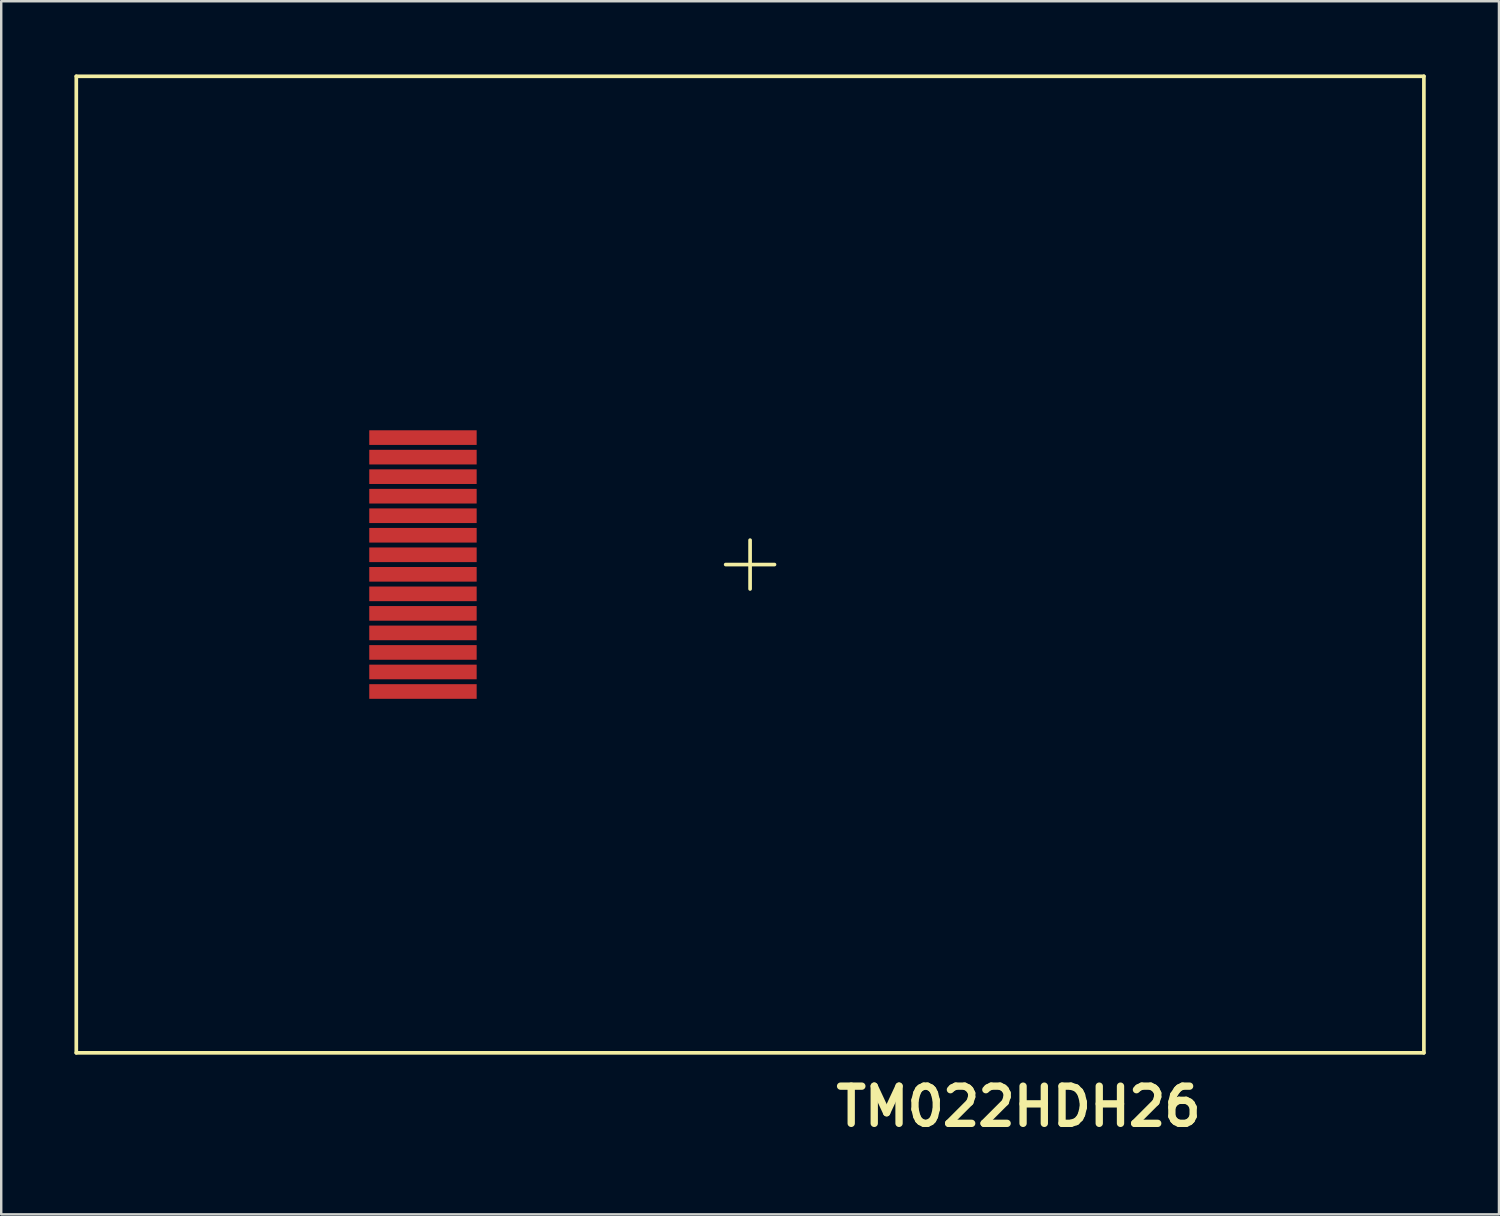
<source format=kicad_pcb>
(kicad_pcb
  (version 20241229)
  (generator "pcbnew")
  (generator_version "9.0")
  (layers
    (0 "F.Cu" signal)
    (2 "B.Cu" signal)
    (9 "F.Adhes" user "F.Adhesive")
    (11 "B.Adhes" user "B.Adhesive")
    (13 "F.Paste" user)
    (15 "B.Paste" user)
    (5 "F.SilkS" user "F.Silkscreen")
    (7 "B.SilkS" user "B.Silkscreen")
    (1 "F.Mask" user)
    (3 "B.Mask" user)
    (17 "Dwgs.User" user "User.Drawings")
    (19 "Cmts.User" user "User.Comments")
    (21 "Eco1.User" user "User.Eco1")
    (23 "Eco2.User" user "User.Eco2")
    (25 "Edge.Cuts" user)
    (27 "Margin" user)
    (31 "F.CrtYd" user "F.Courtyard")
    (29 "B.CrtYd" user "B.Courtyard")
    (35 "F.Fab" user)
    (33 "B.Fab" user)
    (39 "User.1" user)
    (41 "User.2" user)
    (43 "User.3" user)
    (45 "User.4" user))
  (footprint "TM022HDH26"
    (layer "F.Cu")
    (at 27.675 20.075)
    (property "Reference" "TM022HDH26" (at 11 22.2 0) (layer "F.SilkS") (effects (font (size 1.524 1.524) (thickness 0.3))))
    (attr through_hole)
    (fp_line (start -27.6 -20) (end 27.6 -20) (stroke (width 0.15) (type solid)) (layer "F.SilkS"))
    (fp_line (start -27.6 20) (end -27.6 -20) (stroke (width 0.15) (type solid)) (layer "F.SilkS"))
    (fp_line (start -1 0) (end 1 0) (stroke (width 0.15) (type solid)) (layer "F.SilkS"))
    (fp_line (start 0 -1) (end 0 1) (stroke (width 0.15) (type solid)) (layer "F.SilkS"))
    (fp_line (start 27.6 -20) (end 27.6 20) (stroke (width 0.15) (type solid)) (layer "F.SilkS"))
    (fp_line (start 27.6 20) (end -27.6 20) (stroke (width 0.15) (type solid)) (layer "F.SilkS"))
    (fp_poly (pts (xy -24.362 -18.482) (xy -24.357 -18.463) (xy -24.387 -18.428) (xy -24.427 -18.427) (xy -24.436 -18.433) (xy -24.453 -18.47) (xy -24.424 -18.491) (xy -24.4 -18.494) (xy -24.362 -18.482)) (stroke (width 0.01) (type solid)) (fill no) (layer "Eco1.User"))
    (fp_poly (pts (xy -24.369 18.425) (xy -24.359 18.457) (xy -24.362 18.465) (xy -24.4 18.492) (xy -24.438 18.472) (xy -24.442 18.466) (xy -24.444 18.426) (xy -24.437 18.416) (xy -24.402 18.407) (xy -24.369 18.425)) (stroke (width 0.01) (type solid)) (fill no) (layer "Eco1.User"))
    (fp_poly (pts (xy 22.006 18.425) (xy 22.016 18.457) (xy 22.013 18.465) (xy 21.975 18.492) (xy 21.937 18.472) (xy 21.933 18.466) (xy 21.931 18.426) (xy 21.938 18.416) (xy 21.973 18.407) (xy 22.006 18.425)) (stroke (width 0.01) (type solid)) (fill no) (layer "Eco1.User"))
    (pad "1" smd rect (at -13.4 -5.2) (size 4.4 0.6) (layers "F.Cu" "F.Mask" "F.Paste"))
    (pad "2" smd rect (at -13.4 -4.4) (size 4.4 0.6) (layers "F.Cu" "F.Mask" "F.Paste"))
    (pad "3" smd rect (at -13.4 -3.6) (size 4.4 0.6) (layers "F.Cu" "F.Mask" "F.Paste"))
    (pad "4" smd rect (at -13.4 -2.8) (size 4.4 0.6) (layers "F.Cu" "F.Mask" "F.Paste"))
    (pad "5" smd rect (at -13.4 -2) (size 4.4 0.6) (layers "F.Cu" "F.Mask" "F.Paste"))
    (pad "6" smd rect (at -13.4 -1.2) (size 4.4 0.6) (layers "F.Cu" "F.Mask" "F.Paste"))
    (pad "7" smd rect (at -13.4 -0.4) (size 4.4 0.6) (layers "F.Cu" "F.Mask" "F.Paste"))
    (pad "8" smd rect (at -13.4 0.4) (size 4.4 0.6) (layers "F.Cu" "F.Mask" "F.Paste"))
    (pad "9" smd rect (at -13.4 1.2) (size 4.4 0.6) (layers "F.Cu" "F.Mask" "F.Paste"))
    (pad "10" smd rect (at -13.4 2) (size 4.4 0.6) (layers "F.Cu" "F.Mask" "F.Paste"))
    (pad "11" smd rect (at -13.4 2.8) (size 4.4 0.6) (layers "F.Cu" "F.Mask" "F.Paste"))
    (pad "12" smd rect (at -13.4 3.6) (size 4.4 0.6) (layers "F.Cu" "F.Mask" "F.Paste"))
    (pad "13" smd rect (at -13.4 4.4) (size 4.4 0.6) (layers "F.Cu" "F.Mask" "F.Paste"))
    (pad "14" smd rect (at -13.4 5.2) (size 4.4 0.6) (layers "F.Cu" "F.Mask" "F.Paste")))
  (gr_rect
    (start -3 -3)
    (end 58.35 46.693)
    (stroke (width 0.1) (type default))
    (fill no)
    (layer "Edge.Cuts")))
</source>
